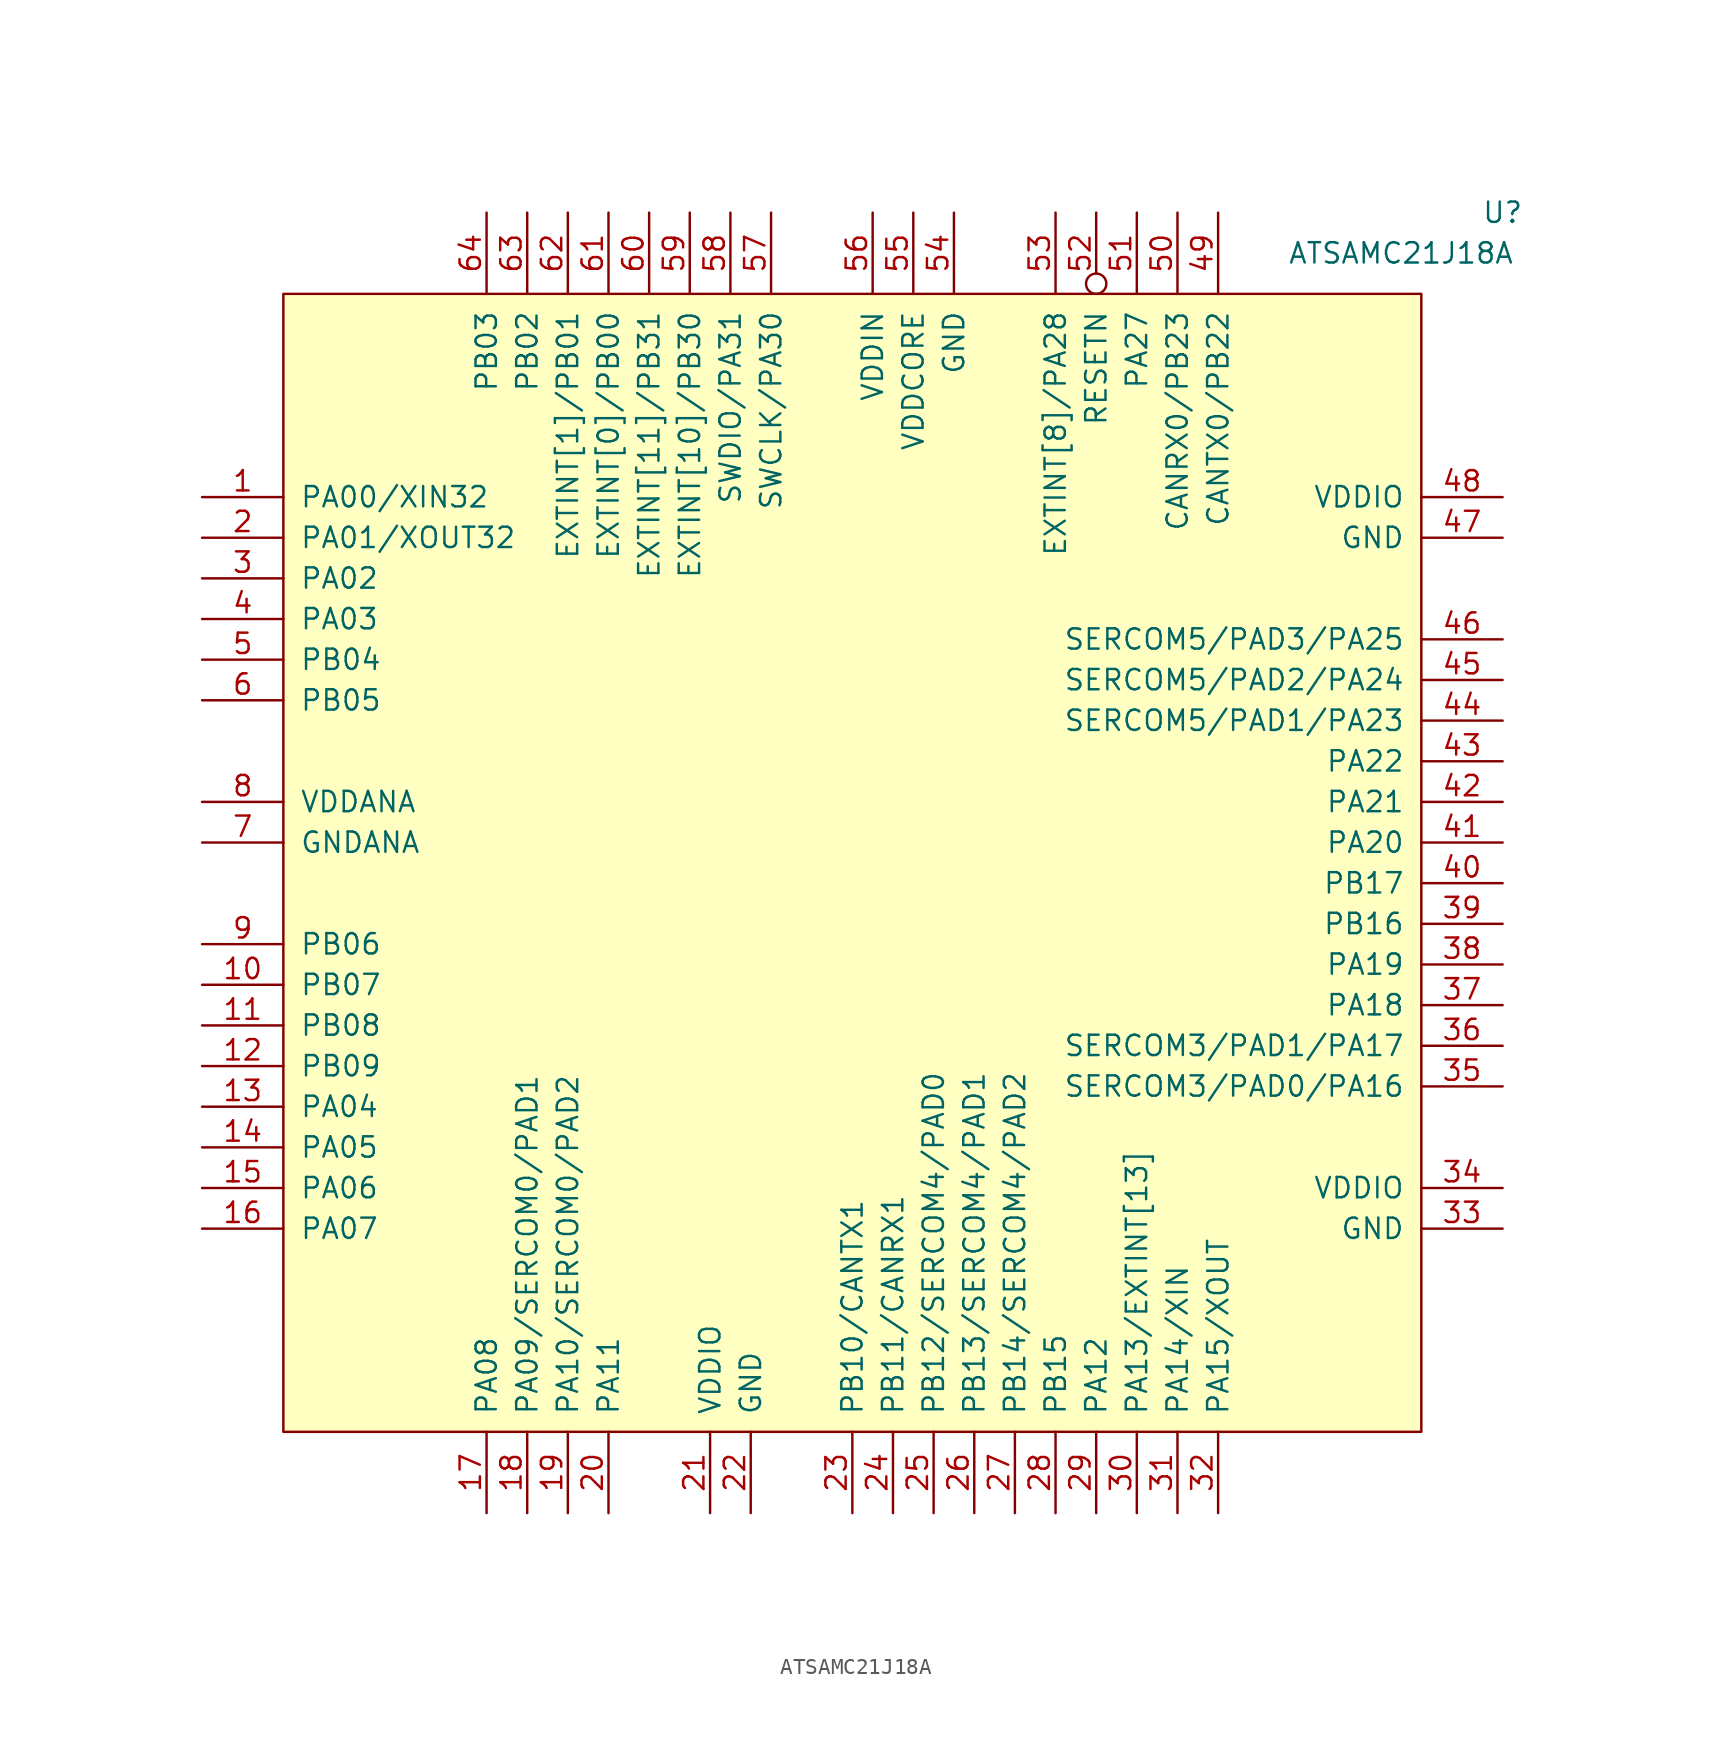
<source format=kicad_sym>
(kicad_symbol_lib
  (version 20211014)
  (generator kicad_symbol_editor)
  (symbol "ATSAMC21J18A"
    (pin_names
      (offset 1.016))
    (property "Reference" "U"
      (at 40.64 40.64 0)
      (effects (font (size 1.27 1.27))))
    (property "Value" "ATSAMC21J18A"
      (at 34.29 38.1 0)
      (effects (font (size 1.27 1.27))))
    (symbol "ATSAMC21J18A_0_1"
      (rectangle (start -35.56 35.56) (end 35.56 -35.56) (stroke (width 0) (type default) (color 0 0 0 0)) (fill (type background))))
    (symbol "ATSAMC21J18A_1_1"
      (pin bidirectional line (at -40.64 22.86 0) (length 5.08) (name "PA00/XIN32" (effects (font (size 1.27 1.27)))) (number "1" (effects (font (size 1.27 1.27)))))
      (pin bidirectional line (at -40.64 -7.62 0) (length 5.08) (name "PB07" (effects (font (size 1.27 1.27)))) (number "10" (effects (font (size 1.27 1.27)))))
      (pin bidirectional line (at -40.64 -10.16 0) (length 5.08) (name "PB08" (effects (font (size 1.27 1.27)))) (number "11" (effects (font (size 1.27 1.27)))))
      (pin bidirectional line (at -40.64 -12.7 0) (length 5.08) (name "PB09" (effects (font (size 1.27 1.27)))) (number "12" (effects (font (size 1.27 1.27)))))
      (pin bidirectional line (at -40.64 -15.24 0) (length 5.08) (name "PA04" (effects (font (size 1.27 1.27)))) (number "13" (effects (font (size 1.27 1.27)))))
      (pin bidirectional line (at -40.64 -17.78 0) (length 5.08) (name "PA05" (effects (font (size 1.27 1.27)))) (number "14" (effects (font (size 1.27 1.27)))))
      (pin bidirectional line (at -40.64 -20.32 0) (length 5.08) (name "PA06" (effects (font (size 1.27 1.27)))) (number "15" (effects (font (size 1.27 1.27)))))
      (pin bidirectional line (at -40.64 -22.86 0) (length 5.08) (name "PA07" (effects (font (size 1.27 1.27)))) (number "16" (effects (font (size 1.27 1.27)))))
      (pin bidirectional line (at -22.86 -40.64 90) (length 5.08) (name "PA08" (effects (font (size 1.27 1.27)))) (number "17" (effects (font (size 1.27 1.27)))))
      (pin bidirectional line (at -20.32 -40.64 90) (length 5.08) (name "PA09/SERCOM0/PAD1" (effects (font (size 1.27 1.27)))) (number "18" (effects (font (size 1.27 1.27)))))
      (pin bidirectional line (at -17.78 -40.64 90) (length 5.08) (name "PA10/SERCOM0/PAD2" (effects (font (size 1.27 1.27)))) (number "19" (effects (font (size 1.27 1.27)))))
      (pin bidirectional line (at -40.64 20.32 0) (length 5.08) (name "PA01/XOUT32" (effects (font (size 1.27 1.27)))) (number "2" (effects (font (size 1.27 1.27)))))
      (pin bidirectional line (at -15.24 -40.64 90) (length 5.08) (name "PA11" (effects (font (size 1.27 1.27)))) (number "20" (effects (font (size 1.27 1.27)))))
      (pin power_in line (at -8.89 -40.64 90) (length 5.08) (name "VDDIO" (effects (font (size 1.27 1.27)))) (number "21" (effects (font (size 1.27 1.27)))))
      (pin power_in line (at -6.35 -40.64 90) (length 5.08) (name "GND" (effects (font (size 1.27 1.27)))) (number "22" (effects (font (size 1.27 1.27)))))
      (pin bidirectional line (at 0 -40.64 90) (length 5.08) (name "PB10/CANTX1" (effects (font (size 1.27 1.27)))) (number "23" (effects (font (size 1.27 1.27)))))
      (pin bidirectional line (at 2.54 -40.64 90) (length 5.08) (name "PB11/CANRX1" (effects (font (size 1.27 1.27)))) (number "24" (effects (font (size 1.27 1.27)))))
      (pin bidirectional line (at 5.08 -40.64 90) (length 5.08) (name "PB12/SERCOM4/PAD0" (effects (font (size 1.27 1.27)))) (number "25" (effects (font (size 1.27 1.27)))))
      (pin bidirectional line (at 7.62 -40.64 90) (length 5.08) (name "PB13/SERCOM4/PAD1" (effects (font (size 1.27 1.27)))) (number "26" (effects (font (size 1.27 1.27)))))
      (pin bidirectional line (at 10.16 -40.64 90) (length 5.08) (name "PB14/SERCOM4/PAD2" (effects (font (size 1.27 1.27)))) (number "27" (effects (font (size 1.27 1.27)))))
      (pin bidirectional line (at 12.7 -40.64 90) (length 5.08) (name "PB15" (effects (font (size 1.27 1.27)))) (number "28" (effects (font (size 1.27 1.27)))))
      (pin bidirectional line (at 15.24 -40.64 90) (length 5.08) (name "PA12" (effects (font (size 1.27 1.27)))) (number "29" (effects (font (size 1.27 1.27)))))
      (pin bidirectional line (at -40.64 17.78 0) (length 5.08) (name "PA02" (effects (font (size 1.27 1.27)))) (number "3" (effects (font (size 1.27 1.27)))))
      (pin bidirectional line (at 17.78 -40.64 90) (length 5.08) (name "PA13/EXTINT[13]" (effects (font (size 1.27 1.27)))) (number "30" (effects (font (size 1.27 1.27)))))
      (pin bidirectional line (at 20.32 -40.64 90) (length 5.08) (name "PA14/XIN" (effects (font (size 1.27 1.27)))) (number "31" (effects (font (size 1.27 1.27)))))
      (pin bidirectional line (at 22.86 -40.64 90) (length 5.08) (name "PA15/XOUT" (effects (font (size 1.27 1.27)))) (number "32" (effects (font (size 1.27 1.27)))))
      (pin power_in line (at 40.64 -22.86 180) (length 5.08) (name "GND" (effects (font (size 1.27 1.27)))) (number "33" (effects (font (size 1.27 1.27)))))
      (pin power_in line (at 40.64 -20.32 180) (length 5.08) (name "VDDIO" (effects (font (size 1.27 1.27)))) (number "34" (effects (font (size 1.27 1.27)))))
      (pin bidirectional line (at 40.64 -13.97 180) (length 5.08) (name "SERCOM3/PAD0/PA16" (effects (font (size 1.27 1.27)))) (number "35" (effects (font (size 1.27 1.27)))))
      (pin bidirectional line (at 40.64 -11.43 180) (length 5.08) (name "SERCOM3/PAD1/PA17" (effects (font (size 1.27 1.27)))) (number "36" (effects (font (size 1.27 1.27)))))
      (pin bidirectional line (at 40.64 -8.89 180) (length 5.08) (name "PA18" (effects (font (size 1.27 1.27)))) (number "37" (effects (font (size 1.27 1.27)))))
      (pin bidirectional line (at 40.64 -6.35 180) (length 5.08) (name "PA19" (effects (font (size 1.27 1.27)))) (number "38" (effects (font (size 1.27 1.27)))))
      (pin bidirectional line (at 40.64 -3.81 180) (length 5.08) (name "PB16" (effects (font (size 1.27 1.27)))) (number "39" (effects (font (size 1.27 1.27)))))
      (pin bidirectional line (at -40.64 15.24 0) (length 5.08) (name "PA03" (effects (font (size 1.27 1.27)))) (number "4" (effects (font (size 1.27 1.27)))))
      (pin bidirectional line (at 40.64 -1.27 180) (length 5.08) (name "PB17" (effects (font (size 1.27 1.27)))) (number "40" (effects (font (size 1.27 1.27)))))
      (pin bidirectional line (at 40.64 1.27 180) (length 5.08) (name "PA20" (effects (font (size 1.27 1.27)))) (number "41" (effects (font (size 1.27 1.27)))))
      (pin bidirectional line (at 40.64 3.81 180) (length 5.08) (name "PA21" (effects (font (size 1.27 1.27)))) (number "42" (effects (font (size 1.27 1.27)))))
      (pin bidirectional line (at 40.64 6.35 180) (length 5.08) (name "PA22" (effects (font (size 1.27 1.27)))) (number "43" (effects (font (size 1.27 1.27)))))
      (pin bidirectional line (at 40.64 8.89 180) (length 5.08) (name "SERCOM5/PAD1/PA23" (effects (font (size 1.27 1.27)))) (number "44" (effects (font (size 1.27 1.27)))))
      (pin bidirectional line (at 40.64 11.43 180) (length 5.08) (name "SERCOM5/PAD2/PA24" (effects (font (size 1.27 1.27)))) (number "45" (effects (font (size 1.27 1.27)))))
      (pin bidirectional line (at 40.64 13.97 180) (length 5.08) (name "SERCOM5/PAD3/PA25" (effects (font (size 1.27 1.27)))) (number "46" (effects (font (size 1.27 1.27)))))
      (pin power_in line (at 40.64 20.32 180) (length 5.08) (name "GND" (effects (font (size 1.27 1.27)))) (number "47" (effects (font (size 1.27 1.27)))))
      (pin power_in line (at 40.64 22.86 180) (length 5.08) (name "VDDIO" (effects (font (size 1.27 1.27)))) (number "48" (effects (font (size 1.27 1.27)))))
      (pin bidirectional line (at 22.86 40.64 270) (length 5.08) (name "CANTX0/PB22" (effects (font (size 1.27 1.27)))) (number "49" (effects (font (size 1.27 1.27)))))
      (pin bidirectional line (at -40.64 12.7 0) (length 5.08) (name "PB04" (effects (font (size 1.27 1.27)))) (number "5" (effects (font (size 1.27 1.27)))))
      (pin bidirectional line (at 20.32 40.64 270) (length 5.08) (name "CANRX0/PB23" (effects (font (size 1.27 1.27)))) (number "50" (effects (font (size 1.27 1.27)))))
      (pin bidirectional line (at 17.78 40.64 270) (length 5.08) (name "PA27" (effects (font (size 1.27 1.27)))) (number "51" (effects (font (size 1.27 1.27)))))
      (pin input inverted (at 15.24 40.64 270) (length 5.08) (name "RESETN" (effects (font (size 1.27 1.27)))) (number "52" (effects (font (size 1.27 1.27)))))
      (pin bidirectional line (at 12.7 40.64 270) (length 5.08) (name "EXTINT[8]/PA28" (effects (font (size 1.27 1.27)))) (number "53" (effects (font (size 1.27 1.27)))))
      (pin power_in line (at 6.35 40.64 270) (length 5.08) (name "GND" (effects (font (size 1.27 1.27)))) (number "54" (effects (font (size 1.27 1.27)))))
      (pin power_in line (at 3.81 40.64 270) (length 5.08) (name "VDDCORE" (effects (font (size 1.27 1.27)))) (number "55" (effects (font (size 1.27 1.27)))))
      (pin power_in line (at 1.27 40.64 270) (length 5.08) (name "VDDIN" (effects (font (size 1.27 1.27)))) (number "56" (effects (font (size 1.27 1.27)))))
      (pin bidirectional line (at -5.08 40.64 270) (length 5.08) (name "SWCLK/PA30" (effects (font (size 1.27 1.27)))) (number "57" (effects (font (size 1.27 1.27)))))
      (pin bidirectional line (at -7.62 40.64 270) (length 5.08) (name "SWDIO/PA31" (effects (font (size 1.27 1.27)))) (number "58" (effects (font (size 1.27 1.27)))))
      (pin bidirectional line (at -10.16 40.64 270) (length 5.08) (name "EXTINT[10]/PB30" (effects (font (size 1.27 1.27)))) (number "59" (effects (font (size 1.27 1.27)))))
      (pin bidirectional line (at -40.64 10.16 0) (length 5.08) (name "PB05" (effects (font (size 1.27 1.27)))) (number "6" (effects (font (size 1.27 1.27)))))
      (pin bidirectional line (at -12.7 40.64 270) (length 5.08) (name "EXTINT[11]/PB31" (effects (font (size 1.27 1.27)))) (number "60" (effects (font (size 1.27 1.27)))))
      (pin bidirectional line (at -15.24 40.64 270) (length 5.08) (name "EXTINT[0]/PB00" (effects (font (size 1.27 1.27)))) (number "61" (effects (font (size 1.27 1.27)))))
      (pin bidirectional line (at -17.78 40.64 270) (length 5.08) (name "EXTINT[1]/PB01" (effects (font (size 1.27 1.27)))) (number "62" (effects (font (size 1.27 1.27)))))
      (pin bidirectional line (at -20.32 40.64 270) (length 5.08) (name "PB02" (effects (font (size 1.27 1.27)))) (number "63" (effects (font (size 1.27 1.27)))))
      (pin bidirectional line (at -22.86 40.64 270) (length 5.08) (name "PB03" (effects (font (size 1.27 1.27)))) (number "64" (effects (font (size 1.27 1.27)))))
      (pin power_in line (at -40.64 1.27 0) (length 5.08) (name "GNDANA" (effects (font (size 1.27 1.27)))) (number "7" (effects (font (size 1.27 1.27)))))
      (pin power_in line (at -40.64 3.81 0) (length 5.08) (name "VDDANA" (effects (font (size 1.27 1.27)))) (number "8" (effects (font (size 1.27 1.27)))))
      (pin bidirectional line (at -40.64 -5.08 0) (length 5.08) (name "PB06" (effects (font (size 1.27 1.27)))) (number "9" (effects (font (size 1.27 1.27))))))))
</source>
